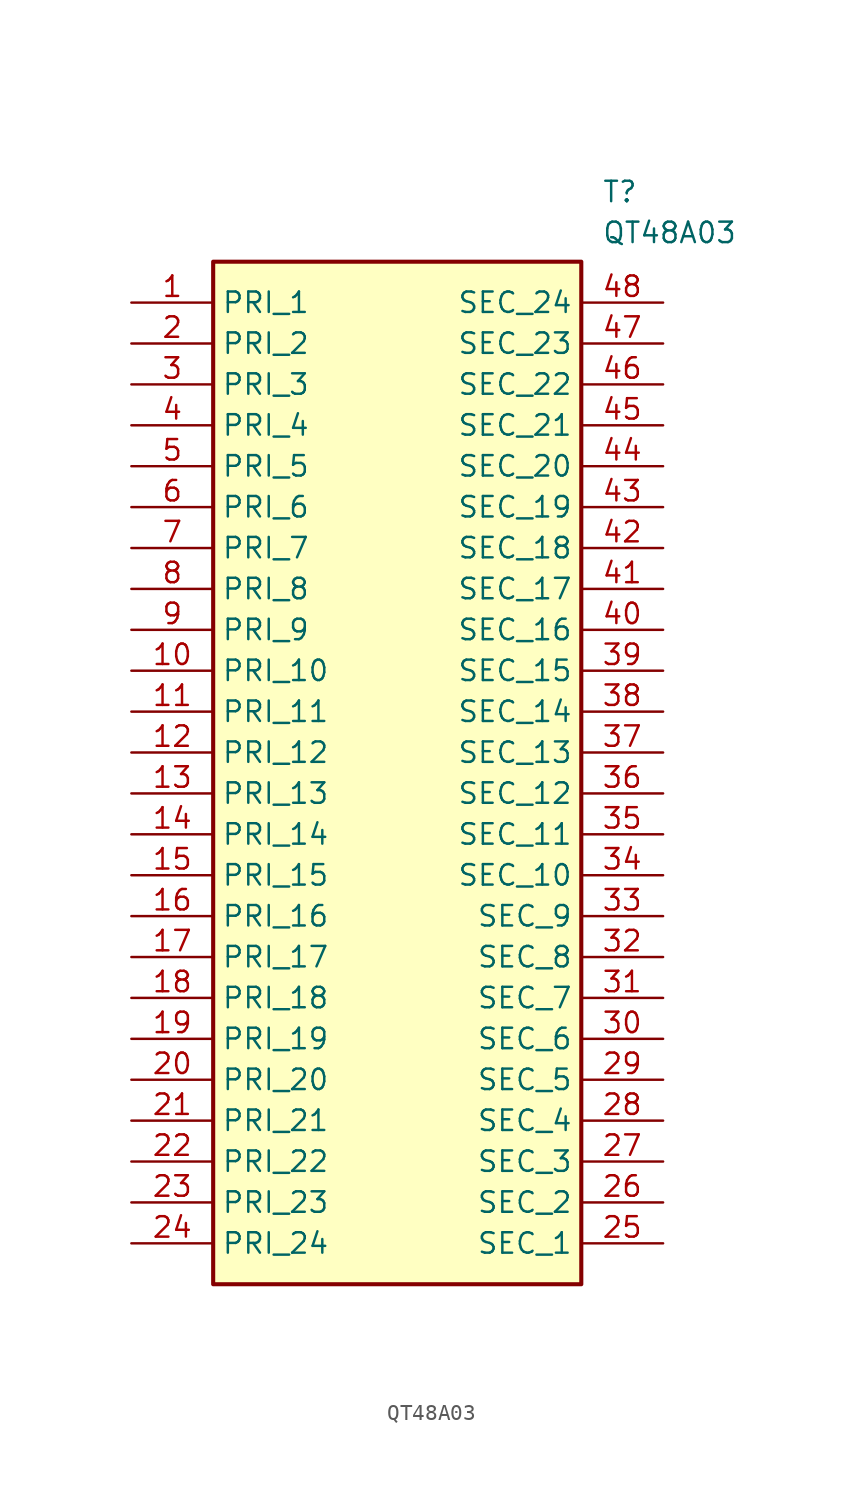
<source format=kicad_sym>
(kicad_symbol_lib
  (version 20211014)
  (generator SamacSys_ECAD_Model)
  (symbol "QT48A03"
    (property "Reference" "T"
      (at 29.21 7.62 0)
      (effects (font (size 1.27 1.27)) (justify left top)))
    (property "Value" "QT48A03"
      (at 29.21 5.08 0)
      (effects (font (size 1.27 1.27)) (justify left top)))
    (rectangle
      (start 5.08 2.54)
      (end 27.94 -60.96)
      (stroke (width 0.254) (type default))
      (fill (type background)))
    (pin passive line
      (at 0 0 0)
      (length 5.08)
      (name "PRI_1" (effects (font (size 1.27 1.27))))
      (number "1" (effects (font (size 1.27 1.27)))))
    (pin passive line
      (at 0 -2.54 0)
      (length 5.08)
      (name "PRI_2" (effects (font (size 1.27 1.27))))
      (number "2" (effects (font (size 1.27 1.27)))))
    (pin passive line
      (at 0 -5.08 0)
      (length 5.08)
      (name "PRI_3" (effects (font (size 1.27 1.27))))
      (number "3" (effects (font (size 1.27 1.27)))))
    (pin passive line
      (at 0 -7.62 0)
      (length 5.08)
      (name "PRI_4" (effects (font (size 1.27 1.27))))
      (number "4" (effects (font (size 1.27 1.27)))))
    (pin passive line
      (at 0 -10.16 0)
      (length 5.08)
      (name "PRI_5" (effects (font (size 1.27 1.27))))
      (number "5" (effects (font (size 1.27 1.27)))))
    (pin passive line
      (at 0 -12.7 0)
      (length 5.08)
      (name "PRI_6" (effects (font (size 1.27 1.27))))
      (number "6" (effects (font (size 1.27 1.27)))))
    (pin passive line
      (at 0 -15.24 0)
      (length 5.08)
      (name "PRI_7" (effects (font (size 1.27 1.27))))
      (number "7" (effects (font (size 1.27 1.27)))))
    (pin passive line
      (at 0 -17.78 0)
      (length 5.08)
      (name "PRI_8" (effects (font (size 1.27 1.27))))
      (number "8" (effects (font (size 1.27 1.27)))))
    (pin passive line
      (at 0 -20.32 0)
      (length 5.08)
      (name "PRI_9" (effects (font (size 1.27 1.27))))
      (number "9" (effects (font (size 1.27 1.27)))))
    (pin passive line
      (at 0 -22.86 0)
      (length 5.08)
      (name "PRI_10" (effects (font (size 1.27 1.27))))
      (number "10" (effects (font (size 1.27 1.27)))))
    (pin passive line
      (at 0 -25.4 0)
      (length 5.08)
      (name "PRI_11" (effects (font (size 1.27 1.27))))
      (number "11" (effects (font (size 1.27 1.27)))))
    (pin passive line
      (at 0 -27.94 0)
      (length 5.08)
      (name "PRI_12" (effects (font (size 1.27 1.27))))
      (number "12" (effects (font (size 1.27 1.27)))))
    (pin passive line
      (at 0 -30.48 0)
      (length 5.08)
      (name "PRI_13" (effects (font (size 1.27 1.27))))
      (number "13" (effects (font (size 1.27 1.27)))))
    (pin passive line
      (at 0 -33.02 0)
      (length 5.08)
      (name "PRI_14" (effects (font (size 1.27 1.27))))
      (number "14" (effects (font (size 1.27 1.27)))))
    (pin passive line
      (at 0 -35.56 0)
      (length 5.08)
      (name "PRI_15" (effects (font (size 1.27 1.27))))
      (number "15" (effects (font (size 1.27 1.27)))))
    (pin passive line
      (at 0 -38.1 0)
      (length 5.08)
      (name "PRI_16" (effects (font (size 1.27 1.27))))
      (number "16" (effects (font (size 1.27 1.27)))))
    (pin passive line
      (at 0 -40.64 0)
      (length 5.08)
      (name "PRI_17" (effects (font (size 1.27 1.27))))
      (number "17" (effects (font (size 1.27 1.27)))))
    (pin passive line
      (at 0 -43.18 0)
      (length 5.08)
      (name "PRI_18" (effects (font (size 1.27 1.27))))
      (number "18" (effects (font (size 1.27 1.27)))))
    (pin passive line
      (at 0 -45.72 0)
      (length 5.08)
      (name "PRI_19" (effects (font (size 1.27 1.27))))
      (number "19" (effects (font (size 1.27 1.27)))))
    (pin passive line
      (at 0 -48.26 0)
      (length 5.08)
      (name "PRI_20" (effects (font (size 1.27 1.27))))
      (number "20" (effects (font (size 1.27 1.27)))))
    (pin passive line
      (at 0 -50.8 0)
      (length 5.08)
      (name "PRI_21" (effects (font (size 1.27 1.27))))
      (number "21" (effects (font (size 1.27 1.27)))))
    (pin passive line
      (at 0 -53.34 0)
      (length 5.08)
      (name "PRI_22" (effects (font (size 1.27 1.27))))
      (number "22" (effects (font (size 1.27 1.27)))))
    (pin passive line
      (at 0 -55.88 0)
      (length 5.08)
      (name "PRI_23" (effects (font (size 1.27 1.27))))
      (number "23" (effects (font (size 1.27 1.27)))))
    (pin passive line
      (at 0 -58.42 0)
      (length 5.08)
      (name "PRI_24" (effects (font (size 1.27 1.27))))
      (number "24" (effects (font (size 1.27 1.27)))))
    (pin passive line
      (at 33.02 0 180)
      (length 5.08)
      (name "SEC_24" (effects (font (size 1.27 1.27))))
      (number "48" (effects (font (size 1.27 1.27)))))
    (pin passive line
      (at 33.02 -2.54 180)
      (length 5.08)
      (name "SEC_23" (effects (font (size 1.27 1.27))))
      (number "47" (effects (font (size 1.27 1.27)))))
    (pin passive line
      (at 33.02 -5.08 180)
      (length 5.08)
      (name "SEC_22" (effects (font (size 1.27 1.27))))
      (number "46" (effects (font (size 1.27 1.27)))))
    (pin passive line
      (at 33.02 -7.62 180)
      (length 5.08)
      (name "SEC_21" (effects (font (size 1.27 1.27))))
      (number "45" (effects (font (size 1.27 1.27)))))
    (pin passive line
      (at 33.02 -10.16 180)
      (length 5.08)
      (name "SEC_20" (effects (font (size 1.27 1.27))))
      (number "44" (effects (font (size 1.27 1.27)))))
    (pin passive line
      (at 33.02 -12.7 180)
      (length 5.08)
      (name "SEC_19" (effects (font (size 1.27 1.27))))
      (number "43" (effects (font (size 1.27 1.27)))))
    (pin passive line
      (at 33.02 -15.24 180)
      (length 5.08)
      (name "SEC_18" (effects (font (size 1.27 1.27))))
      (number "42" (effects (font (size 1.27 1.27)))))
    (pin passive line
      (at 33.02 -17.78 180)
      (length 5.08)
      (name "SEC_17" (effects (font (size 1.27 1.27))))
      (number "41" (effects (font (size 1.27 1.27)))))
    (pin passive line
      (at 33.02 -20.32 180)
      (length 5.08)
      (name "SEC_16" (effects (font (size 1.27 1.27))))
      (number "40" (effects (font (size 1.27 1.27)))))
    (pin passive line
      (at 33.02 -22.86 180)
      (length 5.08)
      (name "SEC_15" (effects (font (size 1.27 1.27))))
      (number "39" (effects (font (size 1.27 1.27)))))
    (pin passive line
      (at 33.02 -25.4 180)
      (length 5.08)
      (name "SEC_14" (effects (font (size 1.27 1.27))))
      (number "38" (effects (font (size 1.27 1.27)))))
    (pin passive line
      (at 33.02 -27.94 180)
      (length 5.08)
      (name "SEC_13" (effects (font (size 1.27 1.27))))
      (number "37" (effects (font (size 1.27 1.27)))))
    (pin passive line
      (at 33.02 -30.48 180)
      (length 5.08)
      (name "SEC_12" (effects (font (size 1.27 1.27))))
      (number "36" (effects (font (size 1.27 1.27)))))
    (pin passive line
      (at 33.02 -33.02 180)
      (length 5.08)
      (name "SEC_11" (effects (font (size 1.27 1.27))))
      (number "35" (effects (font (size 1.27 1.27)))))
    (pin passive line
      (at 33.02 -35.56 180)
      (length 5.08)
      (name "SEC_10" (effects (font (size 1.27 1.27))))
      (number "34" (effects (font (size 1.27 1.27)))))
    (pin passive line
      (at 33.02 -38.1 180)
      (length 5.08)
      (name "SEC_9" (effects (font (size 1.27 1.27))))
      (number "33" (effects (font (size 1.27 1.27)))))
    (pin passive line
      (at 33.02 -40.64 180)
      (length 5.08)
      (name "SEC_8" (effects (font (size 1.27 1.27))))
      (number "32" (effects (font (size 1.27 1.27)))))
    (pin passive line
      (at 33.02 -43.18 180)
      (length 5.08)
      (name "SEC_7" (effects (font (size 1.27 1.27))))
      (number "31" (effects (font (size 1.27 1.27)))))
    (pin passive line
      (at 33.02 -45.72 180)
      (length 5.08)
      (name "SEC_6" (effects (font (size 1.27 1.27))))
      (number "30" (effects (font (size 1.27 1.27)))))
    (pin passive line
      (at 33.02 -48.26 180)
      (length 5.08)
      (name "SEC_5" (effects (font (size 1.27 1.27))))
      (number "29" (effects (font (size 1.27 1.27)))))
    (pin passive line
      (at 33.02 -50.8 180)
      (length 5.08)
      (name "SEC_4" (effects (font (size 1.27 1.27))))
      (number "28" (effects (font (size 1.27 1.27)))))
    (pin passive line
      (at 33.02 -53.34 180)
      (length 5.08)
      (name "SEC_3" (effects (font (size 1.27 1.27))))
      (number "27" (effects (font (size 1.27 1.27)))))
    (pin passive line
      (at 33.02 -55.88 180)
      (length 5.08)
      (name "SEC_2" (effects (font (size 1.27 1.27))))
      (number "26" (effects (font (size 1.27 1.27)))))
    (pin passive line
      (at 33.02 -58.42 180)
      (length 5.08)
      (name "SEC_1" (effects (font (size 1.27 1.27))))
      (number "25" (effects (font (size 1.27 1.27)))))))
</source>
